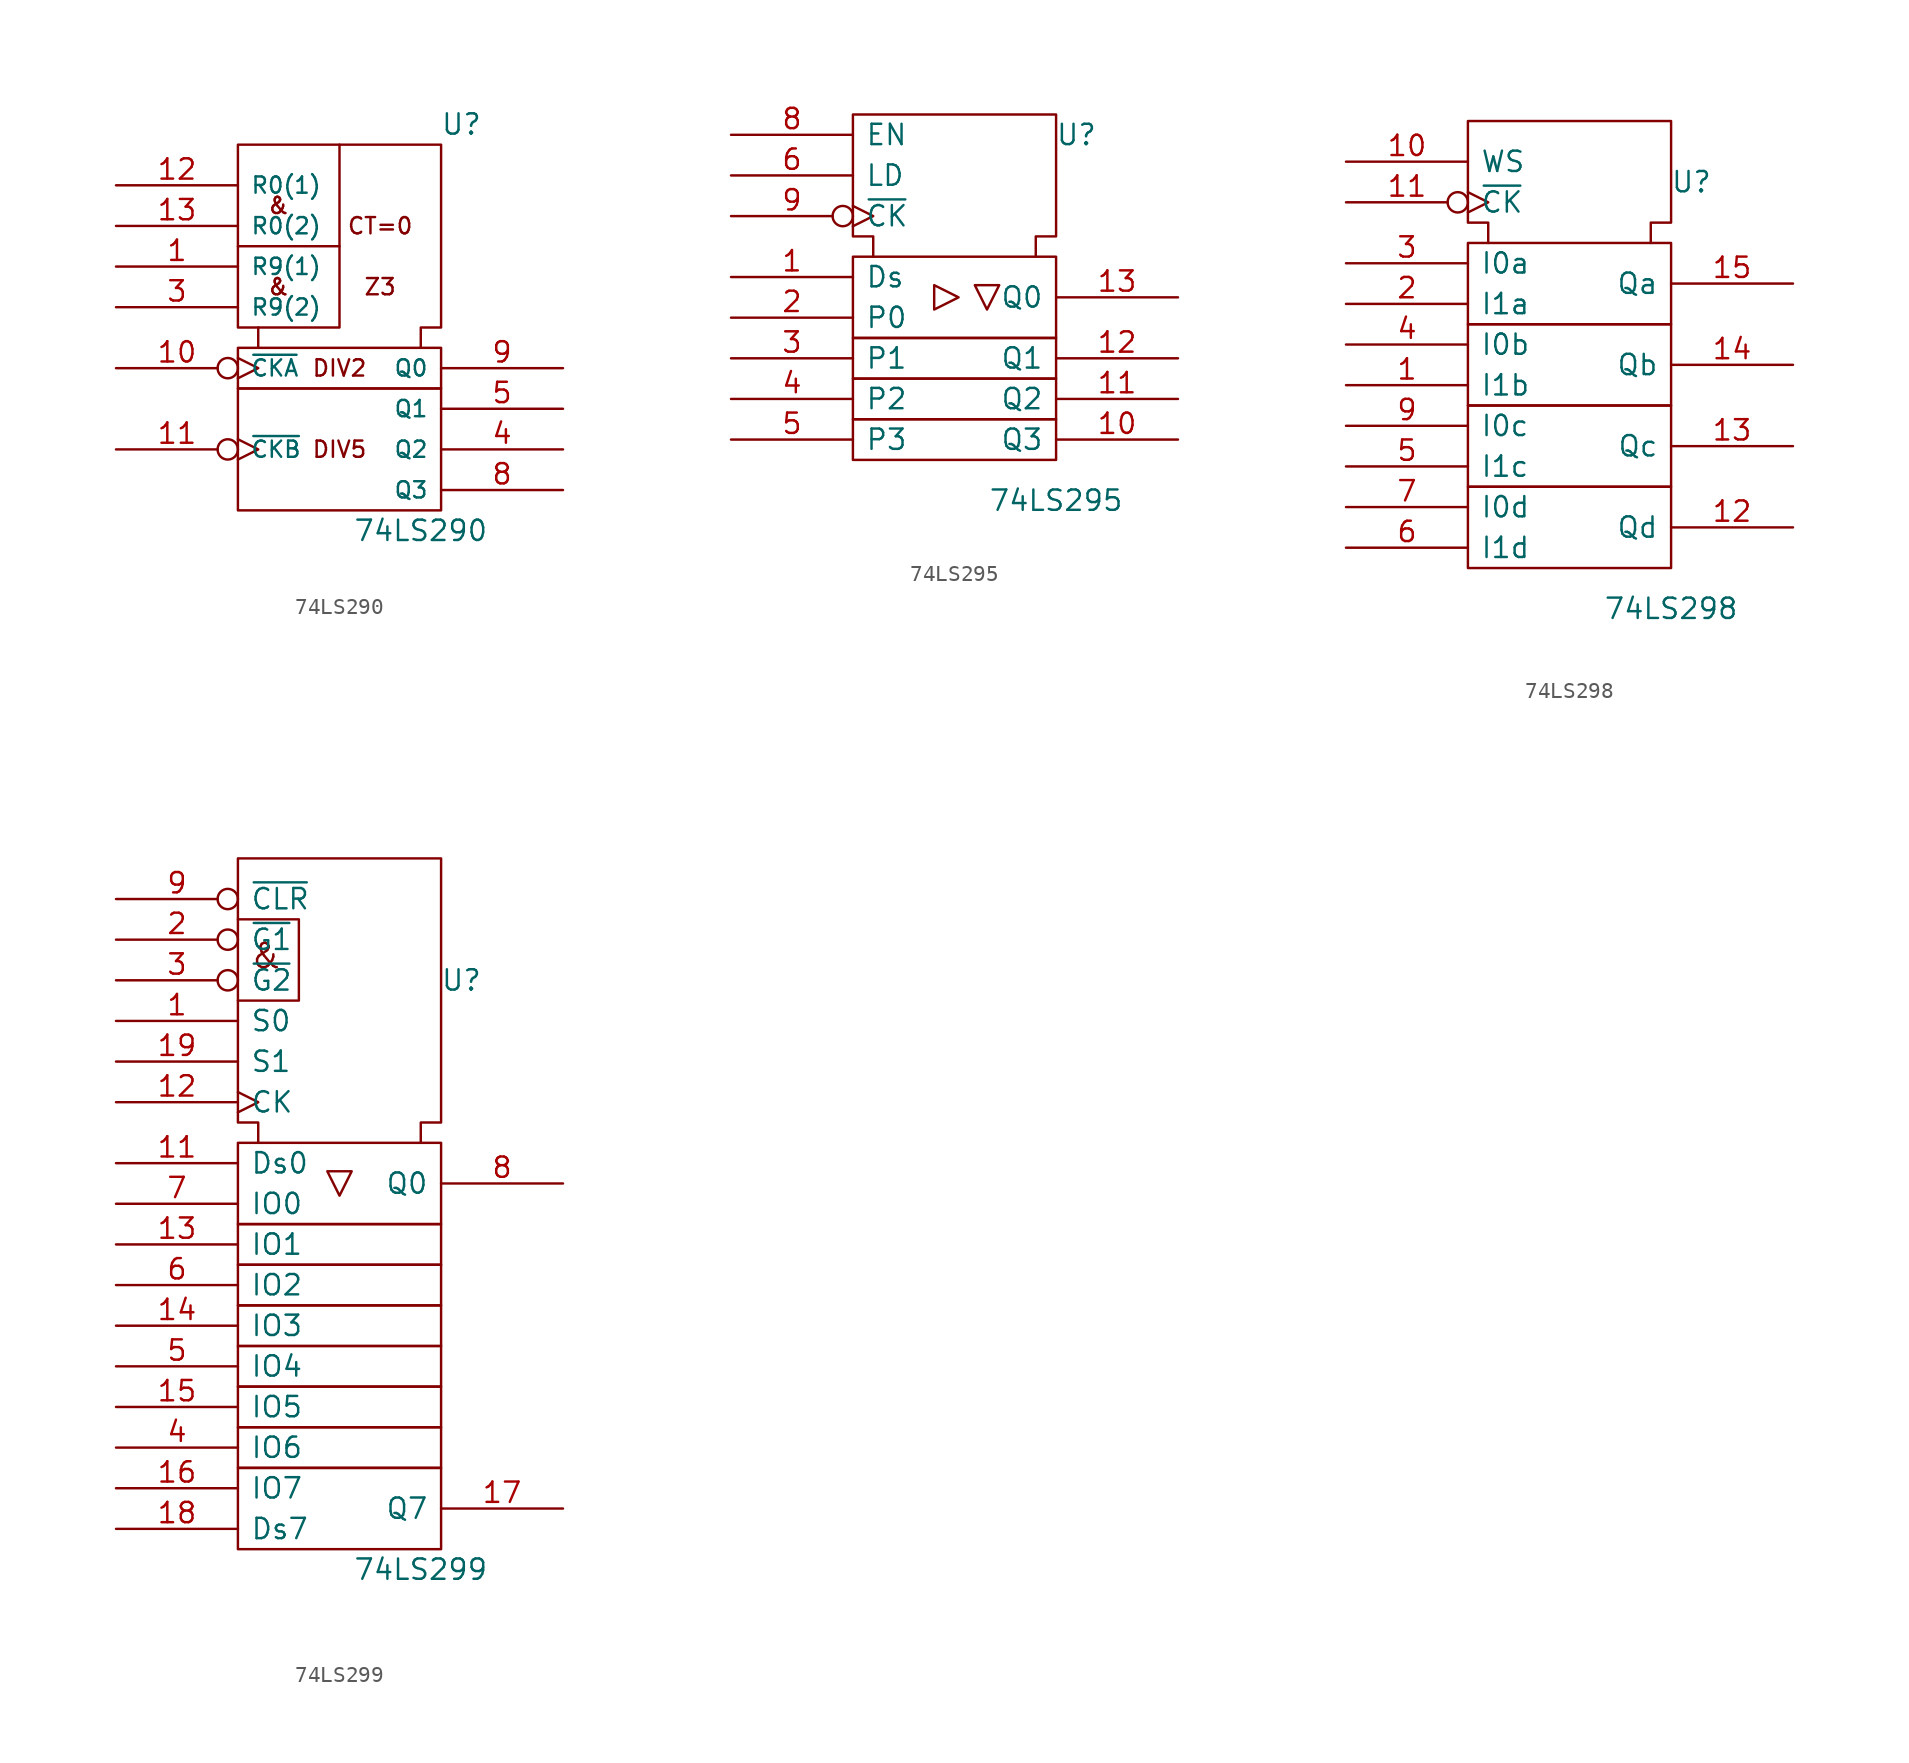
<source format=kicad_sym>
(kicad_symbol_lib
  (version 20211014)
  (generator kicad_symbol_editor)
  (symbol "74LS290"
    (pin_names
      (offset 0.762))
    (property "Reference" "U"
      (at 7.62 12.7 0)
      (effects (font (size 1.27 1.27))))
    (property "Value" "74LS290"
      (at 5.08 -12.7 0)
      (effects (font (size 1.27 1.27))))
    (symbol "74LS290_0_0"
      (rectangle (start -6.35 -3.81) (end 6.35 -11.43) (stroke (width 0) (type default) (color 0 0 0 0)) (fill (type none)))
      (rectangle (start -6.35 -1.27) (end 6.35 -3.81) (stroke (width 0) (type default) (color 0 0 0 0)) (fill (type none)))
      (polyline (pts (xy 0 5.08) (xy -6.35 5.08) (xy -6.35 5.08)) (stroke (width 0) (type default) (color 0 0 0 0)) (fill (type none)))
      (polyline (pts (xy 0 11.43) (xy 0 0) (xy -5.08 0) (xy -5.08 0)) (stroke (width 0) (type default) (color 0 0 0 0)) (fill (type none)))
      (polyline (pts (xy -5.08 -1.27) (xy -5.08 0) (xy -6.35 0) (xy -6.35 11.43) (xy 6.35 11.43) (xy 6.35 0) (xy 5.08 0) (xy 5.08 -1.27) (xy 5.08 -1.27)) (stroke (width 0) (type default) (color 0 0 0 0)) (fill (type none)))
      (text "&" (at -3.81 2.54 0) (effects (font (size 1.016 1.016))))
      (text "&" (at -3.81 7.62 0) (effects (font (size 1.016 1.016))))
      (text "CT=0" (at 2.54 6.35 0) (effects (font (size 1.016 1.016))))
      (text "DIV2" (at 0 -2.54 0) (effects (font (size 1.016 1.016))))
      (text "DIV5" (at 0 -7.62 0) (effects (font (size 1.016 1.016))))
      (text "Z3" (at 2.54 2.54 0) (effects (font (size 1.016 1.016))))
      (pin power_in line (at 5.08 11.43 270) (length 0) hide (name "VCC" (effects (font (size 1.016 1.016)))) (number "16" (effects (font (size 1.27 1.27)))))
      (pin input line (at 1.27 11.43 270) (length 0) hide (name "GND" (effects (font (size 1.016 1.016)))) (number "8" (effects (font (size 1.27 1.27))))))
    (symbol "74LS290_1_1"
      (pin input line (at -13.97 3.81 0) (length 7.62) (name "R9(1)" (effects (font (size 1.016 1.016)))) (number "1" (effects (font (size 1.27 1.27)))))
      (pin input inverted_clock (at -13.97 -2.54 0) (length 7.62) (name "~{CKA}" (effects (font (size 1.016 1.016)))) (number "10" (effects (font (size 1.27 1.27)))))
      (pin input inverted_clock (at -13.97 -7.62 0) (length 7.62) (name "~{CKB}" (effects (font (size 1.016 1.016)))) (number "11" (effects (font (size 1.27 1.27)))))
      (pin input line (at -13.97 8.89 0) (length 7.62) (name "R0(1)" (effects (font (size 1.016 1.016)))) (number "12" (effects (font (size 1.27 1.27)))))
      (pin input line (at -13.97 6.35 0) (length 7.62) (name "R0(2)" (effects (font (size 1.016 1.016)))) (number "13" (effects (font (size 1.27 1.27)))))
      (pin input line (at -13.97 1.27 0) (length 7.62) (name "R9(2)" (effects (font (size 1.016 1.016)))) (number "3" (effects (font (size 1.27 1.27)))))
      (pin output line (at 13.97 -7.62 180) (length 7.62) (name "Q2" (effects (font (size 1.016 1.016)))) (number "4" (effects (font (size 1.27 1.27)))))
      (pin output line (at 13.97 -5.08 180) (length 7.62) (name "Q1" (effects (font (size 1.016 1.016)))) (number "5" (effects (font (size 1.27 1.27)))))
      (pin output line (at 13.97 -10.16 180) (length 7.62) (name "Q3" (effects (font (size 1.016 1.016)))) (number "8" (effects (font (size 1.27 1.27)))))
      (pin output line (at 13.97 -2.54 180) (length 7.62) (name "Q0" (effects (font (size 1.016 1.016)))) (number "9" (effects (font (size 1.27 1.27)))))))
  (symbol "74LS295"
    (pin_names
      (offset 0.762))
    (property "Reference" "U"
      (at 7.62 8.89 0)
      (effects (font (size 1.27 1.27))))
    (property "Value" "74LS295"
      (at 6.35 -13.97 0)
      (effects (font (size 1.27 1.27))))
    (symbol "74LS295_0_0"
      (pin power_in line (at 3.81 10.16 270) (length 0) hide (name "VCC" (effects (font (size 1.27 1.27)))) (number "14" (effects (font (size 1.27 1.27)))))
      (pin power_in line (at 0 10.16 270) (length 0) hide (name "GND" (effects (font (size 1.27 1.27)))) (number "7" (effects (font (size 1.27 1.27))))))
    (symbol "74LS295_0_1"
      (rectangle (start -6.35 -8.89) (end 6.35 -11.43) (stroke (width 0) (type default) (color 0 0 0 0)) (fill (type none)))
      (rectangle (start -6.35 -6.35) (end 6.35 -8.89) (stroke (width 0) (type default) (color 0 0 0 0)) (fill (type none)))
      (rectangle (start -6.35 -3.81) (end 6.35 -6.35) (stroke (width 0) (type default) (color 0 0 0 0)) (fill (type none)))
      (rectangle (start -6.35 1.27) (end 6.35 -3.81) (stroke (width 0) (type default) (color 0 0 0 0)) (fill (type none)))
      (polyline (pts (xy -1.27 -0.508) (xy -1.27 -2.032) (xy 0.254 -1.27) (xy -1.27 -0.508) (xy -1.27 -0.508)) (stroke (width 0) (type default) (color 0 0 0 0)) (fill (type none)))
      (polyline (pts (xy 2.794 -0.508) (xy 1.27 -0.508) (xy 2.032 -2.032) (xy 2.794 -0.508) (xy 2.794 -0.508)) (stroke (width 0) (type default) (color 0 0 0 0)) (fill (type none)))
      (polyline (pts (xy -5.08 1.27) (xy -5.08 2.54) (xy -6.35 2.54) (xy -6.35 10.16) (xy 6.35 10.16) (xy 6.35 2.54) (xy 5.08 2.54) (xy 5.08 1.27) (xy 5.08 1.27)) (stroke (width 0) (type default) (color 0 0 0 0)) (fill (type none))))
    (symbol "74LS295_1_1"
      (pin input line (at -13.97 0 0) (length 7.62) (name "Ds" (effects (font (size 1.27 1.27)))) (number "1" (effects (font (size 1.27 1.27)))))
      (pin output line (at 13.97 -10.16 180) (length 7.62) (name "Q3" (effects (font (size 1.27 1.27)))) (number "10" (effects (font (size 1.27 1.27)))))
      (pin output line (at 13.97 -7.62 180) (length 7.62) (name "Q2" (effects (font (size 1.27 1.27)))) (number "11" (effects (font (size 1.27 1.27)))))
      (pin output line (at 13.97 -5.08 180) (length 7.62) (name "Q1" (effects (font (size 1.27 1.27)))) (number "12" (effects (font (size 1.27 1.27)))))
      (pin output line (at 13.97 -1.27 180) (length 7.62) (name "Q0" (effects (font (size 1.27 1.27)))) (number "13" (effects (font (size 1.27 1.27)))))
      (pin input line (at -13.97 -2.54 0) (length 7.62) (name "P0" (effects (font (size 1.27 1.27)))) (number "2" (effects (font (size 1.27 1.27)))))
      (pin input line (at -13.97 -5.08 0) (length 7.62) (name "P1" (effects (font (size 1.27 1.27)))) (number "3" (effects (font (size 1.27 1.27)))))
      (pin input line (at -13.97 -7.62 0) (length 7.62) (name "P2" (effects (font (size 1.27 1.27)))) (number "4" (effects (font (size 1.27 1.27)))))
      (pin input line (at -13.97 -10.16 0) (length 7.62) (name "P3" (effects (font (size 1.27 1.27)))) (number "5" (effects (font (size 1.27 1.27)))))
      (pin input line (at -13.97 6.35 0) (length 7.62) (name "LD" (effects (font (size 1.27 1.27)))) (number "6" (effects (font (size 1.27 1.27)))))
      (pin input line (at -13.97 8.89 0) (length 7.62) (name "EN" (effects (font (size 1.27 1.27)))) (number "8" (effects (font (size 1.27 1.27)))))
      (pin input inverted_clock (at -13.97 3.81 0) (length 7.62) (name "~{CK}" (effects (font (size 1.27 1.27)))) (number "9" (effects (font (size 1.27 1.27)))))))
  (symbol "74LS298"
    (pin_names
      (offset 0.762))
    (property "Reference" "U"
      (at 7.62 10.16 0)
      (effects (font (size 1.27 1.27))))
    (property "Value" "74LS298"
      (at 6.35 -16.51 0)
      (effects (font (size 1.27 1.27))))
    (symbol "74LS298_0_0"
      (rectangle (start -6.35 -8.89) (end 6.35 -13.97) (stroke (width 0) (type default) (color 0 0 0 0)) (fill (type none)))
      (rectangle (start -6.35 -3.81) (end 6.35 -8.89) (stroke (width 0) (type default) (color 0 0 0 0)) (fill (type none)))
      (rectangle (start -6.35 1.27) (end 6.35 -3.81) (stroke (width 0) (type default) (color 0 0 0 0)) (fill (type none)))
      (rectangle (start -6.35 6.35) (end 6.35 1.27) (stroke (width 0) (type default) (color 0 0 0 0)) (fill (type none)))
      (polyline (pts (xy -5.08 6.35) (xy -5.08 7.62) (xy -6.35 7.62) (xy -6.35 13.97) (xy 6.35 13.97) (xy 6.35 7.62) (xy 5.08 7.62) (xy 5.08 6.35) (xy 5.08 6.35)) (stroke (width 0) (type default) (color 0 0 0 0)) (fill (type none)))
      (pin power_in line (at 3.81 13.97 270) (length 0) hide (name "VCC" (effects (font (size 1.27 1.27)))) (number "16" (effects (font (size 1.27 1.27)))))
      (pin power_in line (at 0 13.97 270) (length 0) hide (name "GND" (effects (font (size 1.27 1.27)))) (number "8" (effects (font (size 1.27 1.27))))))
    (symbol "74LS298_1_1"
      (pin input line (at -13.97 -2.54 0) (length 7.62) (name "I1b" (effects (font (size 1.27 1.27)))) (number "1" (effects (font (size 1.27 1.27)))))
      (pin input line (at -13.97 11.43 0) (length 7.62) (name "WS" (effects (font (size 1.27 1.27)))) (number "10" (effects (font (size 1.27 1.27)))))
      (pin input inverted_clock (at -13.97 8.89 0) (length 7.62) (name "~{CK}" (effects (font (size 1.27 1.27)))) (number "11" (effects (font (size 1.27 1.27)))))
      (pin tri_state line (at 13.97 -11.43 180) (length 7.62) (name "Qd" (effects (font (size 1.27 1.27)))) (number "12" (effects (font (size 1.27 1.27)))))
      (pin tri_state line (at 13.97 -6.35 180) (length 7.62) (name "Qc" (effects (font (size 1.27 1.27)))) (number "13" (effects (font (size 1.27 1.27)))))
      (pin tri_state line (at 13.97 -1.27 180) (length 7.62) (name "Qb" (effects (font (size 1.27 1.27)))) (number "14" (effects (font (size 1.27 1.27)))))
      (pin tri_state line (at 13.97 3.81 180) (length 7.62) (name "Qa" (effects (font (size 1.27 1.27)))) (number "15" (effects (font (size 1.27 1.27)))))
      (pin input line (at -13.97 2.54 0) (length 7.62) (name "I1a" (effects (font (size 1.27 1.27)))) (number "2" (effects (font (size 1.27 1.27)))))
      (pin input line (at -13.97 5.08 0) (length 7.62) (name "I0a" (effects (font (size 1.27 1.27)))) (number "3" (effects (font (size 1.27 1.27)))))
      (pin input line (at -13.97 0 0) (length 7.62) (name "I0b" (effects (font (size 1.27 1.27)))) (number "4" (effects (font (size 1.27 1.27)))))
      (pin input line (at -13.97 -7.62 0) (length 7.62) (name "I1c" (effects (font (size 1.27 1.27)))) (number "5" (effects (font (size 1.27 1.27)))))
      (pin input line (at -13.97 -12.7 0) (length 7.62) (name "I1d" (effects (font (size 1.27 1.27)))) (number "6" (effects (font (size 1.27 1.27)))))
      (pin input line (at -13.97 -10.16 0) (length 7.62) (name "I0d" (effects (font (size 1.27 1.27)))) (number "7" (effects (font (size 1.27 1.27)))))
      (pin input line (at -13.97 -5.08 0) (length 7.62) (name "I0c" (effects (font (size 1.27 1.27)))) (number "9" (effects (font (size 1.27 1.27)))))))
  (symbol "74LS299"
    (pin_names
      (offset 0.762))
    (property "Reference" "U"
      (at 7.62 6.35 0)
      (effects (font (size 1.27 1.27))))
    (property "Value" "74LS299"
      (at 5.08 -30.48 0)
      (effects (font (size 1.27 1.27))))
    (symbol "74LS299_0_0"
      (polyline (pts (xy 0.762 -5.588) (xy -0.762 -5.588) (xy 0 -7.112) (xy 0.762 -5.588) (xy 0.762 -5.588)) (stroke (width 0) (type default) (color 0 0 0 0)) (fill (type none)))
      (text "&" (at -4.572 7.874 0) (effects (font (size 1.524 1.524))))
      (pin power_in line (at 0 13.97 270) (length 0) hide (name "GND" (effects (font (size 1.27 1.27)))) (number "10" (effects (font (size 1.27 1.27)))))
      (pin power_in line (at 3.81 13.97 270) (length 0) hide (name "VCC" (effects (font (size 1.27 1.27)))) (number "20" (effects (font (size 1.27 1.27))))))
    (symbol "74LS299_0_1"
      (rectangle (start -6.35 -24.13) (end 6.35 -29.21) (stroke (width 0) (type default) (color 0 0 0 0)) (fill (type none)))
      (rectangle (start -6.35 -21.59) (end 6.35 -24.13) (stroke (width 0) (type default) (color 0 0 0 0)) (fill (type none)))
      (rectangle (start -6.35 -19.05) (end 6.35 -21.59) (stroke (width 0) (type default) (color 0 0 0 0)) (fill (type none)))
      (rectangle (start -6.35 -16.51) (end 6.35 -19.05) (stroke (width 0) (type default) (color 0 0 0 0)) (fill (type none)))
      (rectangle (start -6.35 -13.97) (end 6.35 -16.51) (stroke (width 0) (type default) (color 0 0 0 0)) (fill (type none)))
      (rectangle (start -6.35 -11.43) (end 6.35 -13.97) (stroke (width 0) (type default) (color 0 0 0 0)) (fill (type none)))
      (rectangle (start -6.35 -8.89) (end 6.35 -11.43) (stroke (width 0) (type default) (color 0 0 0 0)) (fill (type none)))
      (rectangle (start -6.35 -3.81) (end 6.35 -8.89) (stroke (width 0) (type default) (color 0 0 0 0)) (fill (type none)))
      (polyline (pts (xy -6.35 10.16) (xy -2.54 10.16) (xy -2.54 5.08) (xy -6.35 5.08) (xy -6.35 5.08)) (stroke (width 0) (type default) (color 0 0 0 0)) (fill (type none)))
      (polyline (pts (xy -5.08 -3.81) (xy -5.08 -2.54) (xy -6.35 -2.54) (xy -6.35 13.97) (xy 6.35 13.97) (xy 6.35 -2.54) (xy 5.08 -2.54) (xy 5.08 -3.81) (xy 5.08 -3.81)) (stroke (width 0) (type default) (color 0 0 0 0)) (fill (type none))))
    (symbol "74LS299_1_1"
      (pin input line (at -13.97 3.81 0) (length 7.62) (name "S0" (effects (font (size 1.27 1.27)))) (number "1" (effects (font (size 1.27 1.27)))))
      (pin input line (at -13.97 -5.08 0) (length 7.62) (name "Ds0" (effects (font (size 1.27 1.27)))) (number "11" (effects (font (size 1.27 1.27)))))
      (pin input clock (at -13.97 -1.27 0) (length 7.62) (name "CK" (effects (font (size 1.27 1.27)))) (number "12" (effects (font (size 1.27 1.27)))))
      (pin tri_state line (at -13.97 -10.16 0) (length 7.62) (name "IO1" (effects (font (size 1.27 1.27)))) (number "13" (effects (font (size 1.27 1.27)))))
      (pin tri_state line (at -13.97 -15.24 0) (length 7.62) (name "IO3" (effects (font (size 1.27 1.27)))) (number "14" (effects (font (size 1.27 1.27)))))
      (pin tri_state line (at -13.97 -20.32 0) (length 7.62) (name "IO5" (effects (font (size 1.27 1.27)))) (number "15" (effects (font (size 1.27 1.27)))))
      (pin tri_state line (at -13.97 -25.4 0) (length 7.62) (name "IO7" (effects (font (size 1.27 1.27)))) (number "16" (effects (font (size 1.27 1.27)))))
      (pin output line (at 13.97 -26.67 180) (length 7.62) (name "Q7" (effects (font (size 1.27 1.27)))) (number "17" (effects (font (size 1.27 1.27)))))
      (pin input line (at -13.97 -27.94 0) (length 7.62) (name "Ds7" (effects (font (size 1.27 1.27)))) (number "18" (effects (font (size 1.27 1.27)))))
      (pin input line (at -13.97 1.27 0) (length 7.62) (name "S1" (effects (font (size 1.27 1.27)))) (number "19" (effects (font (size 1.27 1.27)))))
      (pin input inverted (at -13.97 8.89 0) (length 7.62) (name "~{G1}" (effects (font (size 1.27 1.27)))) (number "2" (effects (font (size 1.27 1.27)))))
      (pin input inverted (at -13.97 6.35 0) (length 7.62) (name "~{G2}" (effects (font (size 1.27 1.27)))) (number "3" (effects (font (size 1.27 1.27)))))
      (pin tri_state line (at -13.97 -22.86 0) (length 7.62) (name "IO6" (effects (font (size 1.27 1.27)))) (number "4" (effects (font (size 1.27 1.27)))))
      (pin tri_state line (at -13.97 -17.78 0) (length 7.62) (name "IO4" (effects (font (size 1.27 1.27)))) (number "5" (effects (font (size 1.27 1.27)))))
      (pin tri_state line (at -13.97 -12.7 0) (length 7.62) (name "IO2" (effects (font (size 1.27 1.27)))) (number "6" (effects (font (size 1.27 1.27)))))
      (pin tri_state line (at -13.97 -7.62 0) (length 7.62) (name "IO0" (effects (font (size 1.27 1.27)))) (number "7" (effects (font (size 1.27 1.27)))))
      (pin output line (at 13.97 -6.35 180) (length 7.62) (name "Q0" (effects (font (size 1.27 1.27)))) (number "8" (effects (font (size 1.27 1.27)))))
      (pin input inverted (at -13.97 11.43 0) (length 7.62) (name "~{CLR}" (effects (font (size 1.27 1.27)))) (number "9" (effects (font (size 1.27 1.27))))))))
</source>
